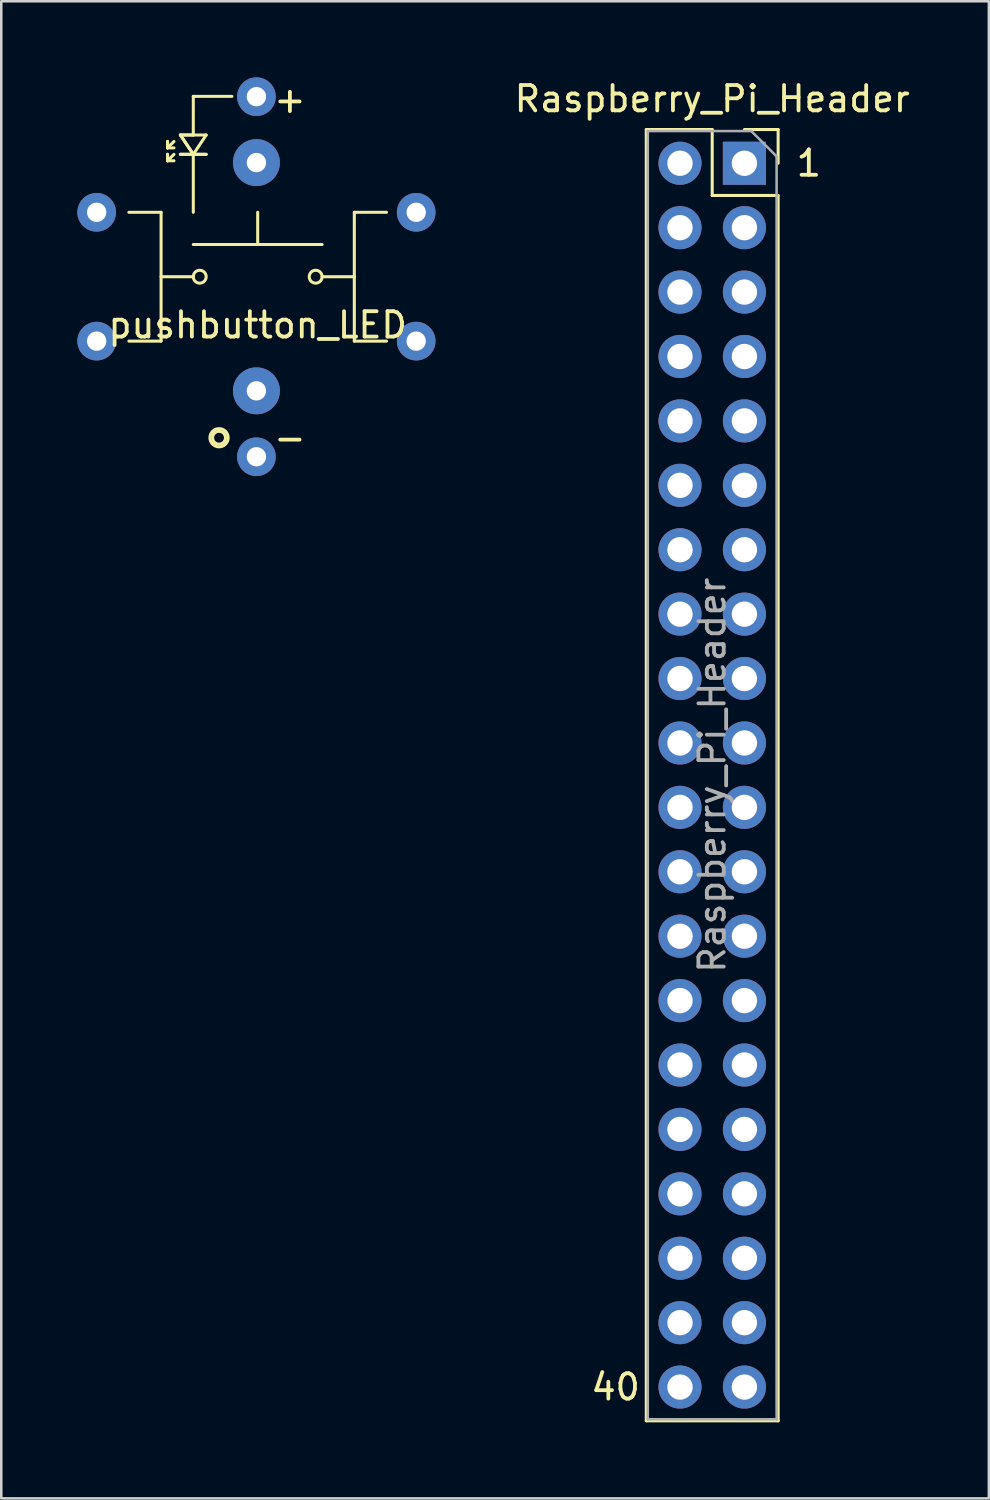
<source format=kicad_pcb>
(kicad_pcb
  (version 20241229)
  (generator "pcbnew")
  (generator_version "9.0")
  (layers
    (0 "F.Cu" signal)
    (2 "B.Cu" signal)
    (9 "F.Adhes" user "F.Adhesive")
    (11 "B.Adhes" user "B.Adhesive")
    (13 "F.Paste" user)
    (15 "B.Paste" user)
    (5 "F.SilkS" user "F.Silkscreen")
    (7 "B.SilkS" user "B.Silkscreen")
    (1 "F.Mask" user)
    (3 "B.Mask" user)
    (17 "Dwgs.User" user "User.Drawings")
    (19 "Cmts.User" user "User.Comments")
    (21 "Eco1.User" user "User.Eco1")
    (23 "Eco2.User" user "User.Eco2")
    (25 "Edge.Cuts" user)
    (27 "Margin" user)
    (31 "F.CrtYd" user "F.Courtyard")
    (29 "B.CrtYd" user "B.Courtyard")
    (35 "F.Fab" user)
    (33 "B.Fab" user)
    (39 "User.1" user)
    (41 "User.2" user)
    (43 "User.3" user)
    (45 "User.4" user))
  (footprint "pushbutton_LED"
    (layer "F.Cu")
    (at 0.762 7.862)
    (property "Reference" "pushbutton_LED" (at 6.35 1.905 0) (layer "F.SilkS") (effects (font (size 1 1) (thickness 0.15))))
    (attr through_hole)
    (fp_line (start 1.27 -2.54) (end 2.54 -2.54) (stroke (width 0.12) (type solid)) (layer "F.SilkS"))
    (fp_line (start 2.54 -2.54) (end 2.54 2.54) (stroke (width 0.12) (type solid)) (layer "F.SilkS"))
    (fp_line (start 2.54 0) (end 3.81 0) (stroke (width 0.12) (type solid)) (layer "F.SilkS"))
    (fp_line (start 2.54 2.54) (end 1.27 2.54) (stroke (width 0.12) (type solid)) (layer "F.SilkS"))
    (fp_line (start 2.794 -5.334) (end 2.794 -5.08) (stroke (width 0.12) (type solid)) (layer "F.SilkS"))
    (fp_line (start 2.794 -5.08) (end 2.794 -5.334) (stroke (width 0.12) (type solid)) (layer "F.SilkS"))
    (fp_line (start 2.794 -5.08) (end 3.048 -5.08) (stroke (width 0.12) (type solid)) (layer "F.SilkS"))
    (fp_line (start 2.794 -4.826) (end 2.794 -4.572) (stroke (width 0.12) (type solid)) (layer "F.SilkS"))
    (fp_line (start 2.794 -4.572) (end 2.794 -4.826) (stroke (width 0.12) (type solid)) (layer "F.SilkS"))
    (fp_line (start 2.794 -4.572) (end 3.048 -4.572) (stroke (width 0.12) (type solid)) (layer "F.SilkS"))
    (fp_line (start 3.048 -5.334) (end 2.794 -5.08) (stroke (width 0.12) (type solid)) (layer "F.SilkS"))
    (fp_line (start 3.048 -4.826) (end 2.794 -4.572) (stroke (width 0.12) (type solid)) (layer "F.SilkS"))
    (fp_line (start 3.302 -5.588) (end 3.81 -4.826) (stroke (width 0.12) (type solid)) (layer "F.SilkS"))
    (fp_line (start 3.302 -5.588) (end 4.318 -5.588) (stroke (width 0.12) (type solid)) (layer "F.SilkS"))
    (fp_line (start 3.302 -4.826) (end 4.318 -4.826) (stroke (width 0.12) (type solid)) (layer "F.SilkS"))
    (fp_line (start 3.81 -7.112) (end 3.81 -5.588) (stroke (width 0.12) (type solid)) (layer "F.SilkS"))
    (fp_line (start 3.81 -5.588) (end 3.302 -5.588) (stroke (width 0.12) (type solid)) (layer "F.SilkS"))
    (fp_line (start 3.81 -4.826) (end 3.302 -5.588) (stroke (width 0.12) (type solid)) (layer "F.SilkS"))
    (fp_line (start 3.81 -4.826) (end 3.302 -4.826) (stroke (width 0.12) (type solid)) (layer "F.SilkS"))
    (fp_line (start 3.81 -4.826) (end 3.81 -2.54) (stroke (width 0.12) (type solid)) (layer "F.SilkS"))
    (fp_line (start 3.81 -1.27) (end 8.89 -1.27) (stroke (width 0.12) (type solid)) (layer "F.SilkS"))
    (fp_line (start 4.318 -5.588) (end 3.81 -4.826) (stroke (width 0.12) (type solid)) (layer "F.SilkS"))
    (fp_line (start 4.318 -4.826) (end 3.81 -4.826) (stroke (width 0.12) (type solid)) (layer "F.SilkS"))
    (fp_line (start 5.334 -7.112) (end 3.81 -7.112) (stroke (width 0.12) (type solid)) (layer "F.SilkS"))
    (fp_line (start 6.35 -2.54) (end 6.35 -1.27) (stroke (width 0.12) (type solid)) (layer "F.SilkS"))
    (fp_line (start 10.16 -2.54) (end 10.16 2.54) (stroke (width 0.12) (type solid)) (layer "F.SilkS"))
    (fp_line (start 10.16 0) (end 8.89 0) (stroke (width 0.12) (type solid)) (layer "F.SilkS"))
    (fp_line (start 10.16 2.54) (end 11.43 2.54) (stroke (width 0.12) (type solid)) (layer "F.SilkS"))
    (fp_line (start 11.43 -2.54) (end 10.16 -2.54) (stroke (width 0.12) (type solid)) (layer "F.SilkS"))
    (fp_circle (center 4.064 0) (end 3.81 0) (stroke (width 0.12) (type solid)) (fill no) (layer "F.SilkS"))
    (fp_circle (center 4.826 6.35) (end 4.826 6.096) (stroke (width 0.12) (type solid)) (fill no) (layer "F.SilkS"))
    (fp_circle (center 4.826 6.35) (end 5.08 6.604) (stroke (width 0.12) (type solid)) (fill no) (layer "F.SilkS"))
    (fp_circle (center 8.636 0) (end 8.89 0) (stroke (width 0.12) (type solid)) (fill no) (layer "F.SilkS"))
    (fp_text user "-" (at 7.62 6.35 0) (layer "F.SilkS") (effects (font (size 1 1) (thickness 0.15))))
    (fp_text user "+" (at 7.62 -6.985 0) (layer "F.SilkS") (effects (font (size 1 1) (thickness 0.15))))
    (pad "" np_thru_hole circle (at 6.3 -4.5) (size 1.85 1.85) (drill 0.762) (layers "*.Cu" "*.Mask"))
    (pad "" np_thru_hole circle (at 6.3 4.5) (size 1.85 1.85) (drill 0.762) (layers "*.Cu" "*.Mask"))
    (pad "1" thru_hole circle (at 0 -2.54) (size 1.524 1.524) (drill 0.762) (layers "*.Cu" "*.Mask"))
    (pad "2" thru_hole circle (at 0 2.54) (size 1.524 1.524) (drill 0.762) (layers "*.Cu" "*.Mask"))
    (pad "3" thru_hole circle (at 6.3 -7.1) (size 1.524 1.524) (drill 0.762) (layers "*.Cu" "*.Mask"))
    (pad "4" thru_hole circle (at 12.6 -2.54) (size 1.524 1.524) (drill 0.762) (layers "*.Cu" "*.Mask"))
    (pad "5" thru_hole circle (at 12.6 2.54) (size 1.524 1.524) (drill 0.762) (layers "*.Cu" "*.Mask"))
    (pad "6" thru_hole circle (at 6.3 7.1) (size 1.524 1.524) (drill 0.762) (layers "*.Cu" "*.Mask")))
  (footprint "Raspberry_Pi_Header"
    (layer "F.Cu")
    (at 26.305 3.388)
    (property "Reference" "Raspberry_Pi_Header" (at -1.27 -2.54 180) (layer "F.SilkS") (effects (font (size 1 1) (thickness 0.15))))
    (attr through_hole)
    (fp_line (start -3.87 -1.33) (end -3.87 49.59) (stroke (width 0.12) (type solid)) (layer "F.SilkS"))
    (fp_line (start -3.87 -1.33) (end -1.27 -1.33) (stroke (width 0.12) (type solid)) (layer "F.SilkS"))
    (fp_line (start -3.87 49.59) (end 1.33 49.59) (stroke (width 0.12) (type solid)) (layer "F.SilkS"))
    (fp_line (start -1.27 -1.33) (end -1.27 1.27) (stroke (width 0.12) (type solid)) (layer "F.SilkS"))
    (fp_line (start -1.27 1.27) (end 1.33 1.27) (stroke (width 0.12) (type solid)) (layer "F.SilkS"))
    (fp_line (start 0 -1.33) (end 1.33 -1.33) (stroke (width 0.12) (type solid)) (layer "F.SilkS"))
    (fp_line (start 1.33 -1.33) (end 1.33 0) (stroke (width 0.12) (type solid)) (layer "F.SilkS"))
    (fp_line (start 1.33 1.27) (end 1.33 49.59) (stroke (width 0.12) (type solid)) (layer "F.SilkS"))
    (fp_line (start -3.81 -1.27) (end 0.27 -1.27) (stroke (width 0.1) (type solid)) (layer "F.Fab"))
    (fp_line (start -3.81 49.53) (end -3.81 -1.27) (stroke (width 0.1) (type solid)) (layer "F.Fab"))
    (fp_line (start 0.27 -1.27) (end 1.27 -0.27) (stroke (width 0.1) (type solid)) (layer "F.Fab"))
    (fp_line (start 1.27 -0.27) (end 1.27 49.53) (stroke (width 0.1) (type solid)) (layer "F.Fab"))
    (fp_line (start 1.27 49.53) (end -3.81 49.53) (stroke (width 0.1) (type solid)) (layer "F.Fab"))
    (fp_text user "1" (at 2.54 0 0) (layer "F.SilkS") (effects (font (size 1 1) (thickness 0.15))))
    (fp_text user "40" (at -5.08 48.26 0) (layer "F.SilkS") (effects (font (size 1 1) (thickness 0.15))))
    (fp_text user "${REFERENCE}" (at -1.27 24.13 90) (layer "F.Fab") (effects (font (size 1 1) (thickness 0.15))))
    (pad "1" thru_hole rect (at 0 0) (size 1.7 1.7) (drill 1) (layers "*.Cu" "*.Mask"))
    (pad "2" thru_hole oval (at -2.54 0) (size 1.7 1.7) (drill 1) (layers "*.Cu" "*.Mask"))
    (pad "3" thru_hole oval (at 0 2.54) (size 1.7 1.7) (drill 1) (layers "*.Cu" "*.Mask"))
    (pad "4" thru_hole oval (at -2.54 2.54) (size 1.7 1.7) (drill 1) (layers "*.Cu" "*.Mask"))
    (pad "5" thru_hole oval (at 0 5.08) (size 1.7 1.7) (drill 1) (layers "*.Cu" "*.Mask"))
    (pad "6" thru_hole oval (at -2.54 5.08) (size 1.7 1.7) (drill 1) (layers "*.Cu" "*.Mask"))
    (pad "7" thru_hole oval (at 0 7.62) (size 1.7 1.7) (drill 1) (layers "*.Cu" "*.Mask"))
    (pad "8" thru_hole oval (at -2.54 7.62) (size 1.7 1.7) (drill 1) (layers "*.Cu" "*.Mask"))
    (pad "9" thru_hole oval (at 0 10.16) (size 1.7 1.7) (drill 1) (layers "*.Cu" "*.Mask"))
    (pad "10" thru_hole oval (at -2.54 10.16) (size 1.7 1.7) (drill 1) (layers "*.Cu" "*.Mask"))
    (pad "11" thru_hole oval (at 0 12.7) (size 1.7 1.7) (drill 1) (layers "*.Cu" "*.Mask"))
    (pad "12" thru_hole oval (at -2.54 12.7) (size 1.7 1.7) (drill 1) (layers "*.Cu" "*.Mask"))
    (pad "13" thru_hole oval (at 0 15.24) (size 1.7 1.7) (drill 1) (layers "*.Cu" "*.Mask"))
    (pad "14" thru_hole oval (at -2.54 15.24) (size 1.7 1.7) (drill 1) (layers "*.Cu" "*.Mask"))
    (pad "15" thru_hole oval (at 0 17.78) (size 1.7 1.7) (drill 1) (layers "*.Cu" "*.Mask"))
    (pad "16" thru_hole oval (at -2.54 17.78) (size 1.7 1.7) (drill 1) (layers "*.Cu" "*.Mask"))
    (pad "17" thru_hole oval (at 0 20.32) (size 1.7 1.7) (drill 1) (layers "*.Cu" "*.Mask"))
    (pad "18" thru_hole oval (at -2.54 20.32) (size 1.7 1.7) (drill 1) (layers "*.Cu" "*.Mask"))
    (pad "19" thru_hole oval (at 0 22.86) (size 1.7 1.7) (drill 1) (layers "*.Cu" "*.Mask"))
    (pad "20" thru_hole oval (at -2.54 22.86) (size 1.7 1.7) (drill 1) (layers "*.Cu" "*.Mask"))
    (pad "21" thru_hole oval (at 0 25.4) (size 1.7 1.7) (drill 1) (layers "*.Cu" "*.Mask"))
    (pad "22" thru_hole oval (at -2.54 25.4) (size 1.7 1.7) (drill 1) (layers "*.Cu" "*.Mask"))
    (pad "23" thru_hole oval (at 0 27.94) (size 1.7 1.7) (drill 1) (layers "*.Cu" "*.Mask"))
    (pad "24" thru_hole oval (at -2.54 27.94) (size 1.7 1.7) (drill 1) (layers "*.Cu" "*.Mask"))
    (pad "25" thru_hole oval (at 0 30.48) (size 1.7 1.7) (drill 1) (layers "*.Cu" "*.Mask"))
    (pad "26" thru_hole oval (at -2.54 30.48) (size 1.7 1.7) (drill 1) (layers "*.Cu" "*.Mask"))
    (pad "27" thru_hole oval (at 0 33.02) (size 1.7 1.7) (drill 1) (layers "*.Cu" "*.Mask"))
    (pad "28" thru_hole oval (at -2.54 33.02) (size 1.7 1.7) (drill 1) (layers "*.Cu" "*.Mask"))
    (pad "29" thru_hole oval (at 0 35.56) (size 1.7 1.7) (drill 1) (layers "*.Cu" "*.Mask"))
    (pad "30" thru_hole oval (at -2.54 35.56) (size 1.7 1.7) (drill 1) (layers "*.Cu" "*.Mask"))
    (pad "31" thru_hole oval (at 0 38.1) (size 1.7 1.7) (drill 1) (layers "*.Cu" "*.Mask"))
    (pad "32" thru_hole oval (at -2.54 38.1) (size 1.7 1.7) (drill 1) (layers "*.Cu" "*.Mask"))
    (pad "33" thru_hole oval (at 0 40.64) (size 1.7 1.7) (drill 1) (layers "*.Cu" "*.Mask"))
    (pad "34" thru_hole oval (at -2.54 40.64) (size 1.7 1.7) (drill 1) (layers "*.Cu" "*.Mask"))
    (pad "35" thru_hole oval (at 0 43.18) (size 1.7 1.7) (drill 1) (layers "*.Cu" "*.Mask"))
    (pad "36" thru_hole oval (at -2.54 43.18) (size 1.7 1.7) (drill 1) (layers "*.Cu" "*.Mask"))
    (pad "37" thru_hole oval (at 0 45.72) (size 1.7 1.7) (drill 1) (layers "*.Cu" "*.Mask"))
    (pad "38" thru_hole oval (at -2.54 45.72) (size 1.7 1.7) (drill 1) (layers "*.Cu" "*.Mask"))
    (pad "39" thru_hole oval (at 0 48.26) (size 1.7 1.7) (drill 1) (layers "*.Cu" "*.Mask"))
    (pad "40" thru_hole oval (at -2.54 48.26) (size 1.7 1.7) (drill 1) (layers "*.Cu" "*.Mask")))
  (gr_rect
    (start -3 -3)
    (end 35.945 56.038)
    (stroke (width 0.1) (type default))
    (fill no)
    (layer "Edge.Cuts")))
</source>
